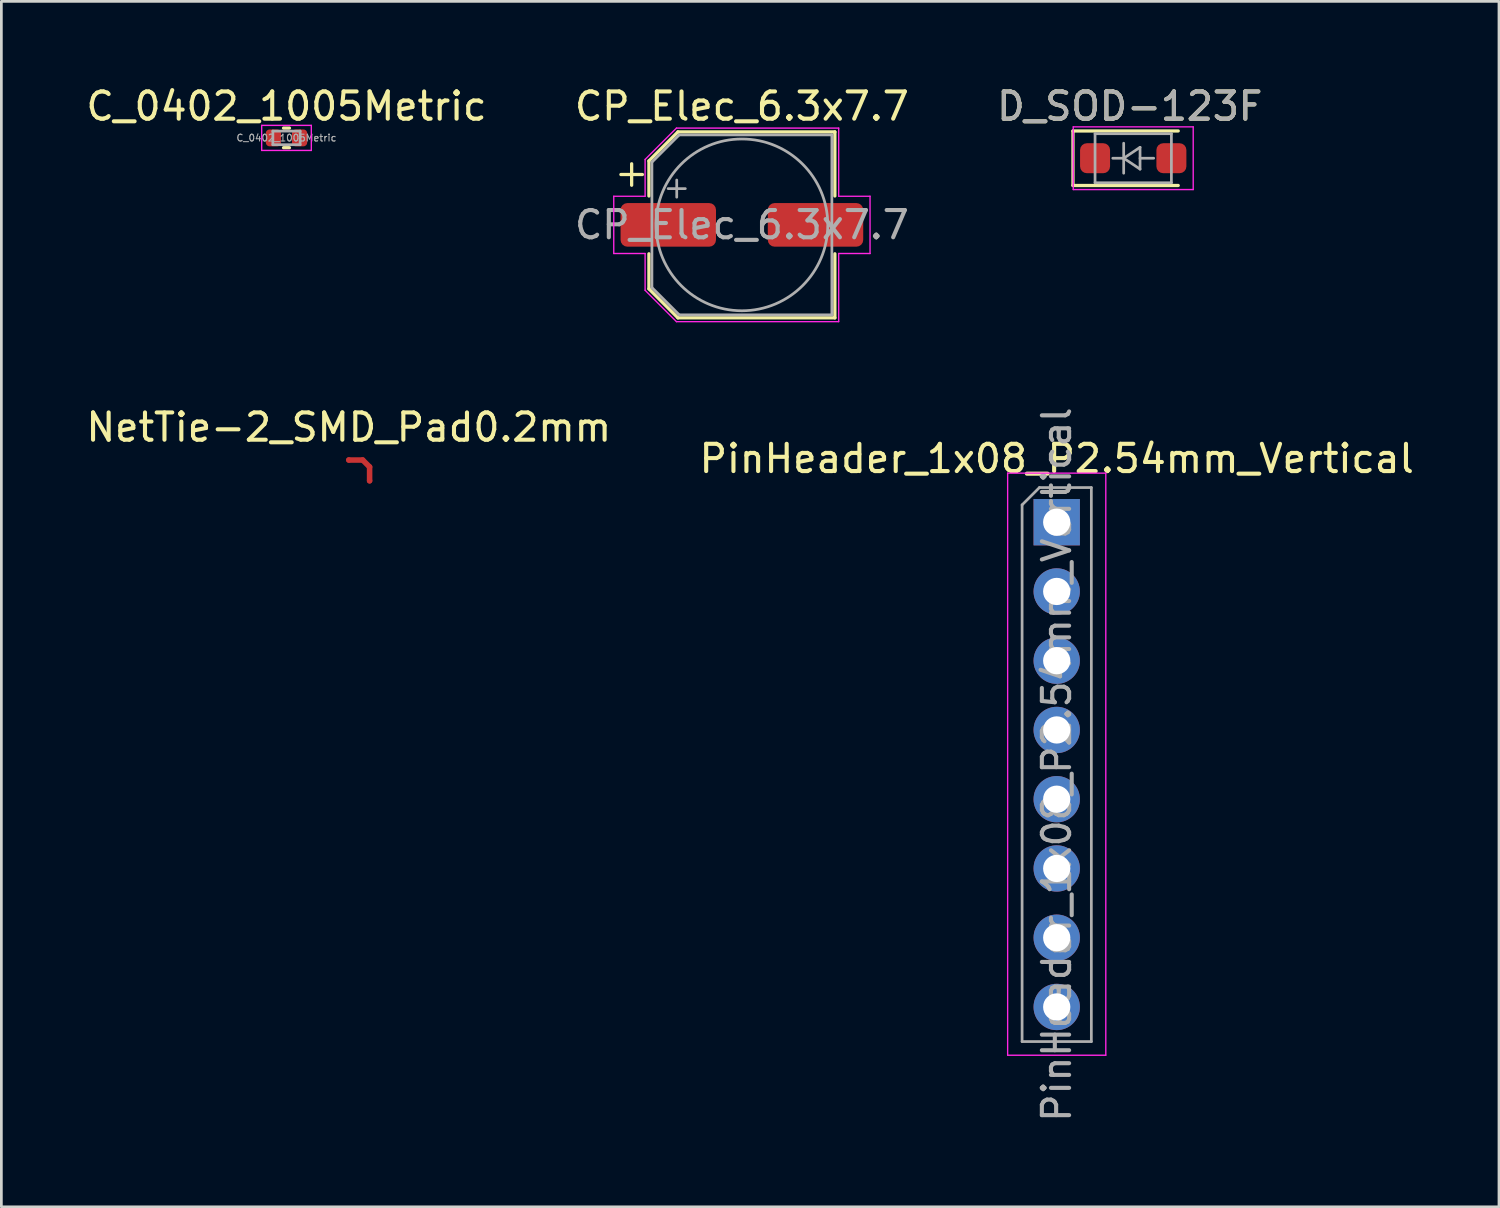
<source format=kicad_pcb>
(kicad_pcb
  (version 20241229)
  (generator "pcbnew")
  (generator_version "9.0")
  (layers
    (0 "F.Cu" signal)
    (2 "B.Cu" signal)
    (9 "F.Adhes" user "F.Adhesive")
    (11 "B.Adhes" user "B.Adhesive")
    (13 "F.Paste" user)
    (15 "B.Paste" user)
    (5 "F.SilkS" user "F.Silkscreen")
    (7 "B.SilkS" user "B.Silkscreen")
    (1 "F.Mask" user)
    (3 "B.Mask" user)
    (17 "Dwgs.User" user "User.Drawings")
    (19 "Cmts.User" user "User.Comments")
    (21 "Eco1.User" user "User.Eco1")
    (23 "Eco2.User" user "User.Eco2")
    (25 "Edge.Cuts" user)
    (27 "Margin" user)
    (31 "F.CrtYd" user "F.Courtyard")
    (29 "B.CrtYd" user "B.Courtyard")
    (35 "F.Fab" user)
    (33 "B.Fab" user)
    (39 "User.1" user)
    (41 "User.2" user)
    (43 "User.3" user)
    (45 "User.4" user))
  (footprint "NetTie-2_SMD_Pad0.2mm"
    (layer "F.Cu")
    (at 9.744 13.822)
    (property "Reference" "NetTie-2_SMD_Pad0.2mm" (at 0 -1.2 0) (layer "F.SilkS") (effects (font (size 1 1) (thickness 0.15))))
    (attr exclude_from_pos_files exclude_from_bom)
    (fp_line (start 0 0) (end 0.508 0) (stroke (width 0.203) (type default)) (layer "F.Cu"))
    (fp_line (start 0.508 0) (end 0.762 0.254) (stroke (width 0.203) (type default)) (layer "F.Cu"))
    (fp_line (start 0.762 0.254) (end 0.762 0.762) (stroke (width 0.203) (type default)) (layer "F.Cu"))
    (pad "1" smd circle (at 0 0) (size 0.203 0.203) (layers "F.Cu"))
    (pad "2" smd circle (at 0.762 0.762) (size 0.203 0.203) (layers "F.Cu")))
  (footprint "CP_Elec_6.3x7.7"
    (layer "F.Cu")
    (at 24.161 5.198)
    (property "Reference" "CP_Elec_6.3x7.7" (at 0 -4.35 0) (layer "F.SilkS") (effects (font (size 1 1) (thickness 0.15))))
    (attr smd)
    (fp_line (start -4.438 -1.847) (end -3.65 -1.847) (stroke (width 0.12) (type solid)) (layer "F.SilkS"))
    (fp_line (start -4.044 -2.241) (end -4.044 -1.454) (stroke (width 0.12) (type solid)) (layer "F.SilkS"))
    (fp_line (start -3.41 -2.346) (end -3.41 -1.06) (stroke (width 0.12) (type solid)) (layer "F.SilkS"))
    (fp_line (start -3.41 -2.346) (end -2.346 -3.41) (stroke (width 0.12) (type solid)) (layer "F.SilkS"))
    (fp_line (start -3.41 2.346) (end -3.41 1.06) (stroke (width 0.12) (type solid)) (layer "F.SilkS"))
    (fp_line (start -3.41 2.346) (end -2.346 3.41) (stroke (width 0.12) (type solid)) (layer "F.SilkS"))
    (fp_line (start -2.346 -3.41) (end 3.41 -3.41) (stroke (width 0.12) (type solid)) (layer "F.SilkS"))
    (fp_line (start -2.346 3.41) (end 3.41 3.41) (stroke (width 0.12) (type solid)) (layer "F.SilkS"))
    (fp_line (start 3.41 -3.41) (end 3.41 -1.06) (stroke (width 0.12) (type solid)) (layer "F.SilkS"))
    (fp_line (start 3.41 3.41) (end 3.41 1.06) (stroke (width 0.12) (type solid)) (layer "F.SilkS"))
    (fp_line (start -4.7 -1.05) (end -4.7 1.05) (stroke (width 0.05) (type solid)) (layer "F.CrtYd"))
    (fp_line (start -4.7 1.05) (end -3.55 1.05) (stroke (width 0.05) (type solid)) (layer "F.CrtYd"))
    (fp_line (start -3.55 -2.4) (end -3.55 -1.05) (stroke (width 0.05) (type solid)) (layer "F.CrtYd"))
    (fp_line (start -3.55 -2.4) (end -2.4 -3.55) (stroke (width 0.05) (type solid)) (layer "F.CrtYd"))
    (fp_line (start -3.55 -1.05) (end -4.7 -1.05) (stroke (width 0.05) (type solid)) (layer "F.CrtYd"))
    (fp_line (start -3.55 1.05) (end -3.55 2.4) (stroke (width 0.05) (type solid)) (layer "F.CrtYd"))
    (fp_line (start -3.55 2.4) (end -2.4 3.55) (stroke (width 0.05) (type solid)) (layer "F.CrtYd"))
    (fp_line (start -2.4 -3.55) (end 3.55 -3.55) (stroke (width 0.05) (type solid)) (layer "F.CrtYd"))
    (fp_line (start -2.4 3.55) (end 3.55 3.55) (stroke (width 0.05) (type solid)) (layer "F.CrtYd"))
    (fp_line (start 3.55 -3.55) (end 3.55 -1.05) (stroke (width 0.05) (type solid)) (layer "F.CrtYd"))
    (fp_line (start 3.55 -1.05) (end 4.7 -1.05) (stroke (width 0.05) (type solid)) (layer "F.CrtYd"))
    (fp_line (start 3.55 1.05) (end 3.55 3.55) (stroke (width 0.05) (type solid)) (layer "F.CrtYd"))
    (fp_line (start 4.7 -1.05) (end 4.7 1.05) (stroke (width 0.05) (type solid)) (layer "F.CrtYd"))
    (fp_line (start 4.7 1.05) (end 3.55 1.05) (stroke (width 0.05) (type solid)) (layer "F.CrtYd"))
    (fp_line (start -3.3 -2.3) (end -3.3 2.3) (stroke (width 0.1) (type solid)) (layer "F.Fab"))
    (fp_line (start -3.3 -2.3) (end -2.3 -3.3) (stroke (width 0.1) (type solid)) (layer "F.Fab"))
    (fp_line (start -3.3 2.3) (end -2.3 3.3) (stroke (width 0.1) (type solid)) (layer "F.Fab"))
    (fp_line (start -2.705 -1.33) (end -2.075 -1.33) (stroke (width 0.1) (type solid)) (layer "F.Fab"))
    (fp_line (start -2.39 -1.645) (end -2.39 -1.015) (stroke (width 0.1) (type solid)) (layer "F.Fab"))
    (fp_line (start -2.3 -3.3) (end 3.3 -3.3) (stroke (width 0.1) (type solid)) (layer "F.Fab"))
    (fp_line (start -2.3 3.3) (end 3.3 3.3) (stroke (width 0.1) (type solid)) (layer "F.Fab"))
    (fp_line (start 3.3 -3.3) (end 3.3 3.3) (stroke (width 0.1) (type solid)) (layer "F.Fab"))
    (fp_circle (center 0 0) (end 3.15 0) (stroke (width 0.1) (type solid)) (fill no) (layer "F.Fab"))
    (fp_text user "${REFERENCE}" (at 0 0 0) (layer "F.Fab") (effects (font (size 1 1) (thickness 0.15))))
    (pad "1" smd roundrect (at -2.7 0) (size 3.5 1.6) (layers "F.Cu" "F.Mask" "F.Paste") (roundrect_rratio 0.156))
    (pad "2" smd roundrect (at 2.7 0) (size 3.5 1.6) (layers "F.Cu" "F.Mask" "F.Paste") (roundrect_rratio 0.156)))
  (footprint "D_SOD-123F"
    (layer "F.Cu")
    (at 38.514 2.753)
    (property "Reference" "D_SOD-123F" (at -0.127 -1.905 180) (layer "F.SilkS") (effects (font (size 1 1) (thickness 0.15))))
    (attr smd)
    (fp_line (start -2.21 -1) (end -2.21 1) (stroke (width 0.12) (type solid)) (layer "F.SilkS"))
    (fp_line (start -2.21 -1) (end 1.65 -1) (stroke (width 0.12) (type solid)) (layer "F.SilkS"))
    (fp_line (start -2.21 1) (end 1.65 1) (stroke (width 0.12) (type solid)) (layer "F.SilkS"))
    (fp_line (start -2.2 -1.15) (end -2.2 1.15) (stroke (width 0.05) (type solid)) (layer "F.CrtYd"))
    (fp_line (start -2.2 -1.15) (end 2.2 -1.15) (stroke (width 0.05) (type solid)) (layer "F.CrtYd"))
    (fp_line (start 2.2 -1.15) (end 2.2 1.15) (stroke (width 0.05) (type solid)) (layer "F.CrtYd"))
    (fp_line (start 2.2 1.15) (end -2.2 1.15) (stroke (width 0.05) (type solid)) (layer "F.CrtYd"))
    (fp_line (start -1.4 -0.9) (end 1.4 -0.9) (stroke (width 0.1) (type solid)) (layer "F.Fab"))
    (fp_line (start -1.4 0.9) (end -1.4 -0.9) (stroke (width 0.1) (type solid)) (layer "F.Fab"))
    (fp_line (start -0.75 0) (end -0.35 0) (stroke (width 0.1) (type solid)) (layer "F.Fab"))
    (fp_line (start -0.35 0) (end -0.35 -0.55) (stroke (width 0.1) (type solid)) (layer "F.Fab"))
    (fp_line (start -0.35 0) (end -0.35 0.55) (stroke (width 0.1) (type solid)) (layer "F.Fab"))
    (fp_line (start -0.35 0) (end 0.25 -0.4) (stroke (width 0.1) (type solid)) (layer "F.Fab"))
    (fp_line (start 0.25 -0.4) (end 0.25 0.4) (stroke (width 0.1) (type solid)) (layer "F.Fab"))
    (fp_line (start 0.25 0) (end 0.75 0) (stroke (width 0.1) (type solid)) (layer "F.Fab"))
    (fp_line (start 0.25 0.4) (end -0.35 0) (stroke (width 0.1) (type solid)) (layer "F.Fab"))
    (fp_line (start 1.4 -0.9) (end 1.4 0.9) (stroke (width 0.1) (type solid)) (layer "F.Fab"))
    (fp_line (start 1.4 0.9) (end -1.4 0.9) (stroke (width 0.1) (type solid)) (layer "F.Fab"))
    (fp_text user "${REFERENCE}" (at -0.127 -1.905 180) (layer "F.Fab") (effects (font (size 1 1) (thickness 0.15))))
    (pad "1" smd roundrect (at -1.4 0) (size 1.1 1.1) (layers "F.Cu" "F.Mask" "F.Paste") (roundrect_rratio 0.227))
    (pad "2" smd roundrect (at 1.4 0) (size 1.1 1.1) (layers "F.Cu" "F.Mask" "F.Paste") (roundrect_rratio 0.227)))
  (footprint "PinHeader_1x08_P2.54mm_Vertical"
    (layer "F.Cu")
    (at 35.708 16.103)
    (property "Reference" "PinHeader_1x08_P2.54mm_Vertical" (at 0 -2.33 0) (layer "F.SilkS") (effects (font (size 1 1) (thickness 0.15))))
    (attr through_hole exclude_from_bom)
    (fp_line (start -1.8 -1.8) (end -1.8 19.55) (stroke (width 0.05) (type solid)) (layer "F.CrtYd"))
    (fp_line (start -1.8 19.55) (end 1.8 19.55) (stroke (width 0.05) (type solid)) (layer "F.CrtYd"))
    (fp_line (start 1.8 -1.8) (end -1.8 -1.8) (stroke (width 0.05) (type solid)) (layer "F.CrtYd"))
    (fp_line (start 1.8 19.55) (end 1.8 -1.8) (stroke (width 0.05) (type solid)) (layer "F.CrtYd"))
    (fp_line (start -1.27 -0.635) (end -0.635 -1.27) (stroke (width 0.1) (type solid)) (layer "F.Fab"))
    (fp_line (start -1.27 19.05) (end -1.27 -0.635) (stroke (width 0.1) (type solid)) (layer "F.Fab"))
    (fp_line (start -0.635 -1.27) (end 1.27 -1.27) (stroke (width 0.1) (type solid)) (layer "F.Fab"))
    (fp_line (start 1.27 -1.27) (end 1.27 19.05) (stroke (width 0.1) (type solid)) (layer "F.Fab"))
    (fp_line (start 1.27 19.05) (end -1.27 19.05) (stroke (width 0.1) (type solid)) (layer "F.Fab"))
    (fp_text user "${REFERENCE}" (at 0 8.89 270) (layer "F.Fab") (effects (font (size 1 1) (thickness 0.15))))
    (pad "1" thru_hole rect (at 0 0) (size 1.7 1.7) (drill 1) (layers "*.Cu" "*.Mask"))
    (pad "2" thru_hole oval (at 0 2.54) (size 1.7 1.7) (drill 1) (layers "*.Cu" "*.Mask"))
    (pad "3" thru_hole oval (at 0 5.08) (size 1.7 1.7) (drill 1) (layers "*.Cu" "*.Mask"))
    (pad "4" thru_hole oval (at 0 7.62) (size 1.7 1.7) (drill 1) (layers "*.Cu" "*.Mask"))
    (pad "5" thru_hole oval (at 0 10.16) (size 1.7 1.7) (drill 1) (layers "*.Cu" "*.Mask"))
    (pad "6" thru_hole oval (at 0 12.7) (size 1.7 1.7) (drill 1) (layers "*.Cu" "*.Mask"))
    (pad "7" thru_hole oval (at 0 15.24) (size 1.7 1.7) (drill 1) (layers "*.Cu" "*.Mask"))
    (pad "8" thru_hole oval (at 0 17.78) (size 1.7 1.7) (drill 1) (layers "*.Cu" "*.Mask")))
  (footprint "C_0402_1005Metric"
    (layer "F.Cu")
    (at 7.458 2.008)
    (property "Reference" "C_0402_1005Metric" (at 0 -1.16 180) (layer "F.SilkS") (effects (font (size 1 1) (thickness 0.15))))
    (attr smd)
    (fp_line (start -0.108 -0.36) (end 0.108 -0.36) (stroke (width 0.12) (type solid)) (layer "F.SilkS"))
    (fp_line (start -0.108 0.36) (end 0.108 0.36) (stroke (width 0.12) (type solid)) (layer "F.SilkS"))
    (fp_line (start -0.91 -0.46) (end 0.91 -0.46) (stroke (width 0.05) (type solid)) (layer "F.CrtYd"))
    (fp_line (start -0.91 0.46) (end -0.91 -0.46) (stroke (width 0.05) (type solid)) (layer "F.CrtYd"))
    (fp_line (start 0.91 -0.46) (end 0.91 0.46) (stroke (width 0.05) (type solid)) (layer "F.CrtYd"))
    (fp_line (start 0.91 0.46) (end -0.91 0.46) (stroke (width 0.05) (type solid)) (layer "F.CrtYd"))
    (fp_line (start -0.5 -0.25) (end 0.5 -0.25) (stroke (width 0.1) (type solid)) (layer "F.Fab"))
    (fp_line (start -0.5 0.25) (end -0.5 -0.25) (stroke (width 0.1) (type solid)) (layer "F.Fab"))
    (fp_line (start 0.5 -0.25) (end 0.5 0.25) (stroke (width 0.1) (type solid)) (layer "F.Fab"))
    (fp_line (start 0.5 0.25) (end -0.5 0.25) (stroke (width 0.1) (type solid)) (layer "F.Fab"))
    (fp_text user "${REFERENCE}" (at 0 0 180) (layer "F.Fab") (effects (font (size 0.25 0.25) (thickness 0.04))))
    (pad "1" smd roundrect (at -0.48 0) (size 0.56 0.62) (layers "F.Cu" "F.Mask" "F.Paste") (roundrect_rratio 0.25))
    (pad "2" smd roundrect (at 0.48 0) (size 0.56 0.62) (layers "F.Cu" "F.Mask" "F.Paste") (roundrect_rratio 0.25)))
  (gr_rect
    (start -3 -3)
    (end 51.929 41.214)
    (stroke (width 0.1) (type default))
    (fill no)
    (layer "Edge.Cuts")))
</source>
